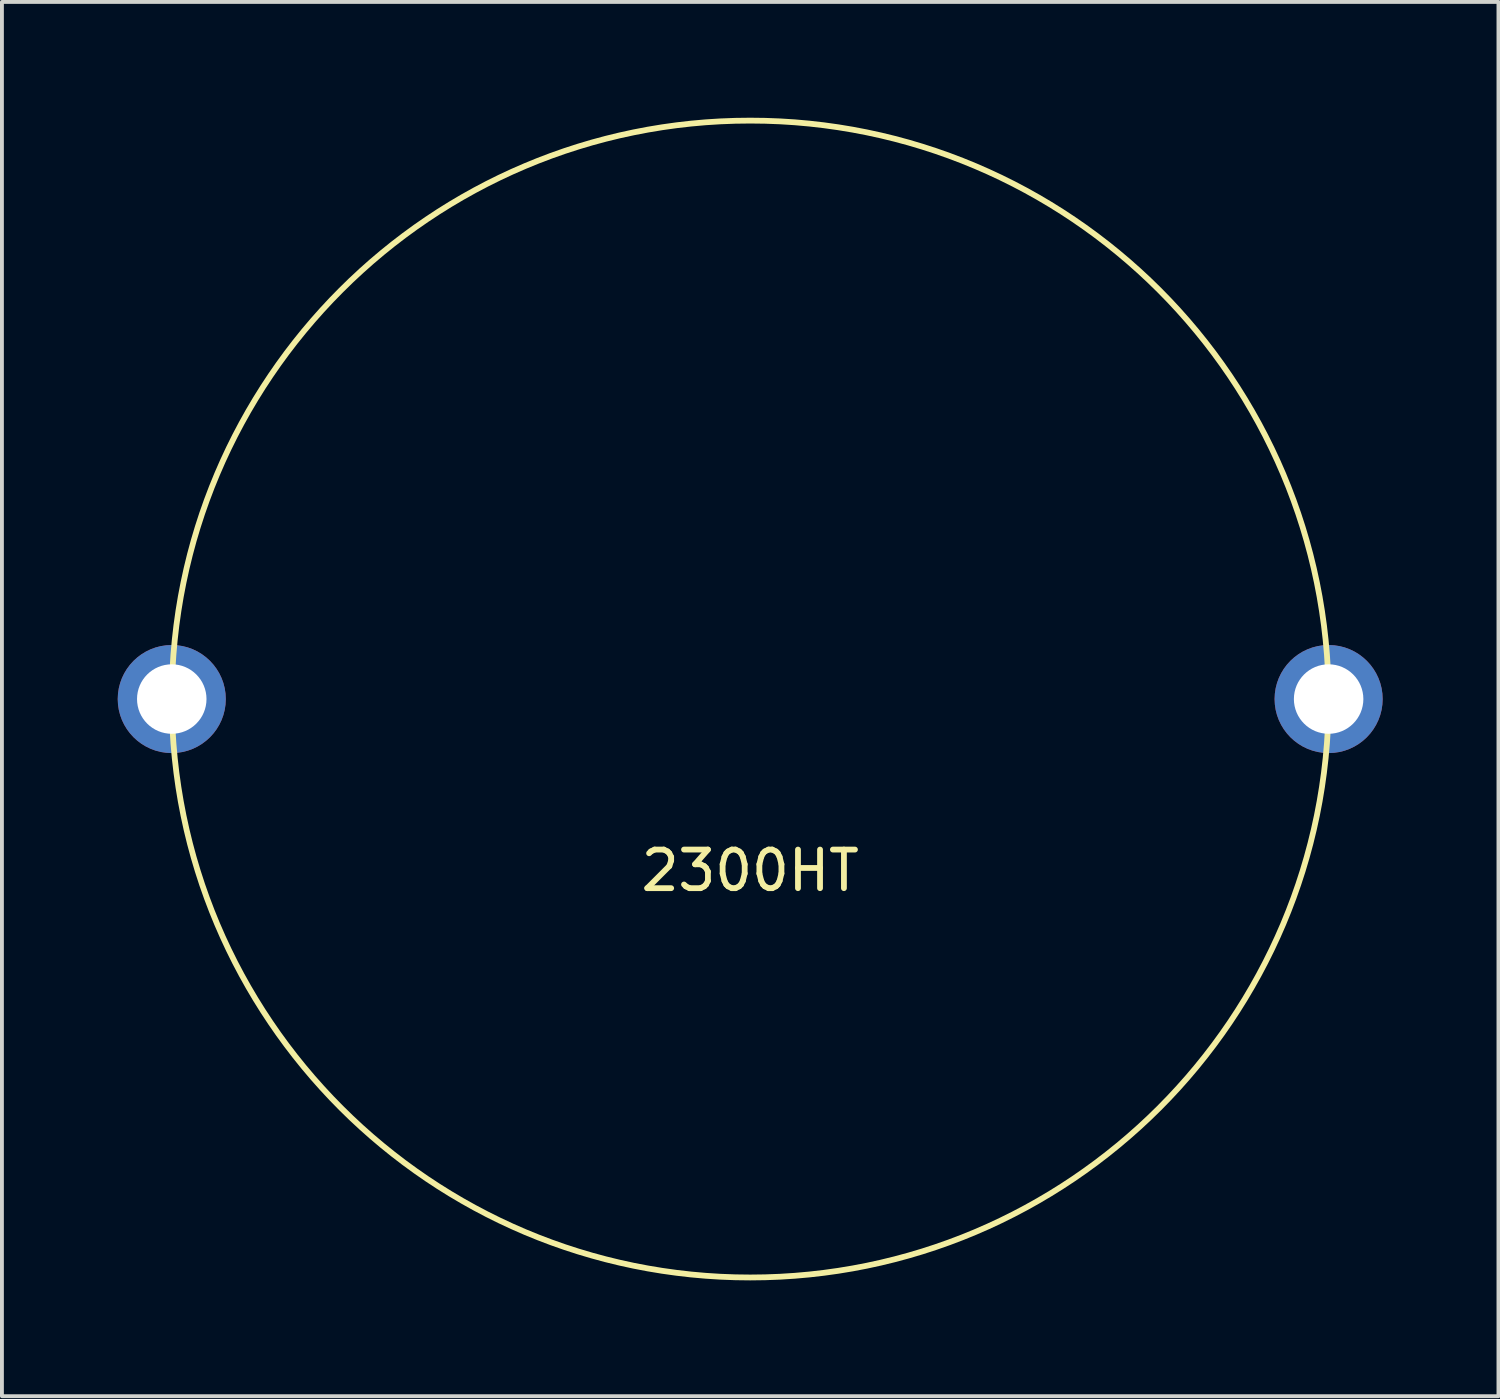
<source format=kicad_pcb>
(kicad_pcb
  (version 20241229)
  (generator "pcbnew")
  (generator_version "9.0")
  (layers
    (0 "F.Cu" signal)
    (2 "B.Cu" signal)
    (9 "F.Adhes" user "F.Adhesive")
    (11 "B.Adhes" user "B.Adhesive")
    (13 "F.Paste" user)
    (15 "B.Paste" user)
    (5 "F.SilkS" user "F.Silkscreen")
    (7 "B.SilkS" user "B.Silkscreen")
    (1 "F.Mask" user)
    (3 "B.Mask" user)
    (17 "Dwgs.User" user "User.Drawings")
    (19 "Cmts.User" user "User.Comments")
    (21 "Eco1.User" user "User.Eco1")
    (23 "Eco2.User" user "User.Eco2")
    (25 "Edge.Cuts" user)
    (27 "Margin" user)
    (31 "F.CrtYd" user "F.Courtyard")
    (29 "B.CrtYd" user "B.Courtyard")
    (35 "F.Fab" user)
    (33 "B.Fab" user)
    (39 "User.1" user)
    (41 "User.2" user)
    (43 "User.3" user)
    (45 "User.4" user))
  (footprint "2300HT"
    (layer "F.Cu")
    (at 16.386 15.061)
    (property "Reference" "2300HT" (at 0 4.445 0) (layer "F.SilkS") (effects (font (size 1 1) (thickness 0.15))))
    (attr through_hole)
    (fp_circle (center 0 0) (end 14.986 0) (stroke (width 0.15) (type solid)) (fill no) (layer "F.SilkS"))
    (pad "1" thru_hole circle (at -14.986 0) (size 2.8 2.8) (drill 1.8) (layers "*.Cu" "*.Mask"))
    (pad "2" thru_hole circle (at 14.986 0) (size 2.8 2.8) (drill 1.8) (layers "*.Cu" "*.Mask")))
  (gr_rect
    (start -3 -3)
    (end 35.772 33.122)
    (stroke (width 0.1) (type default))
    (fill no)
    (layer "Edge.Cuts")))
</source>
